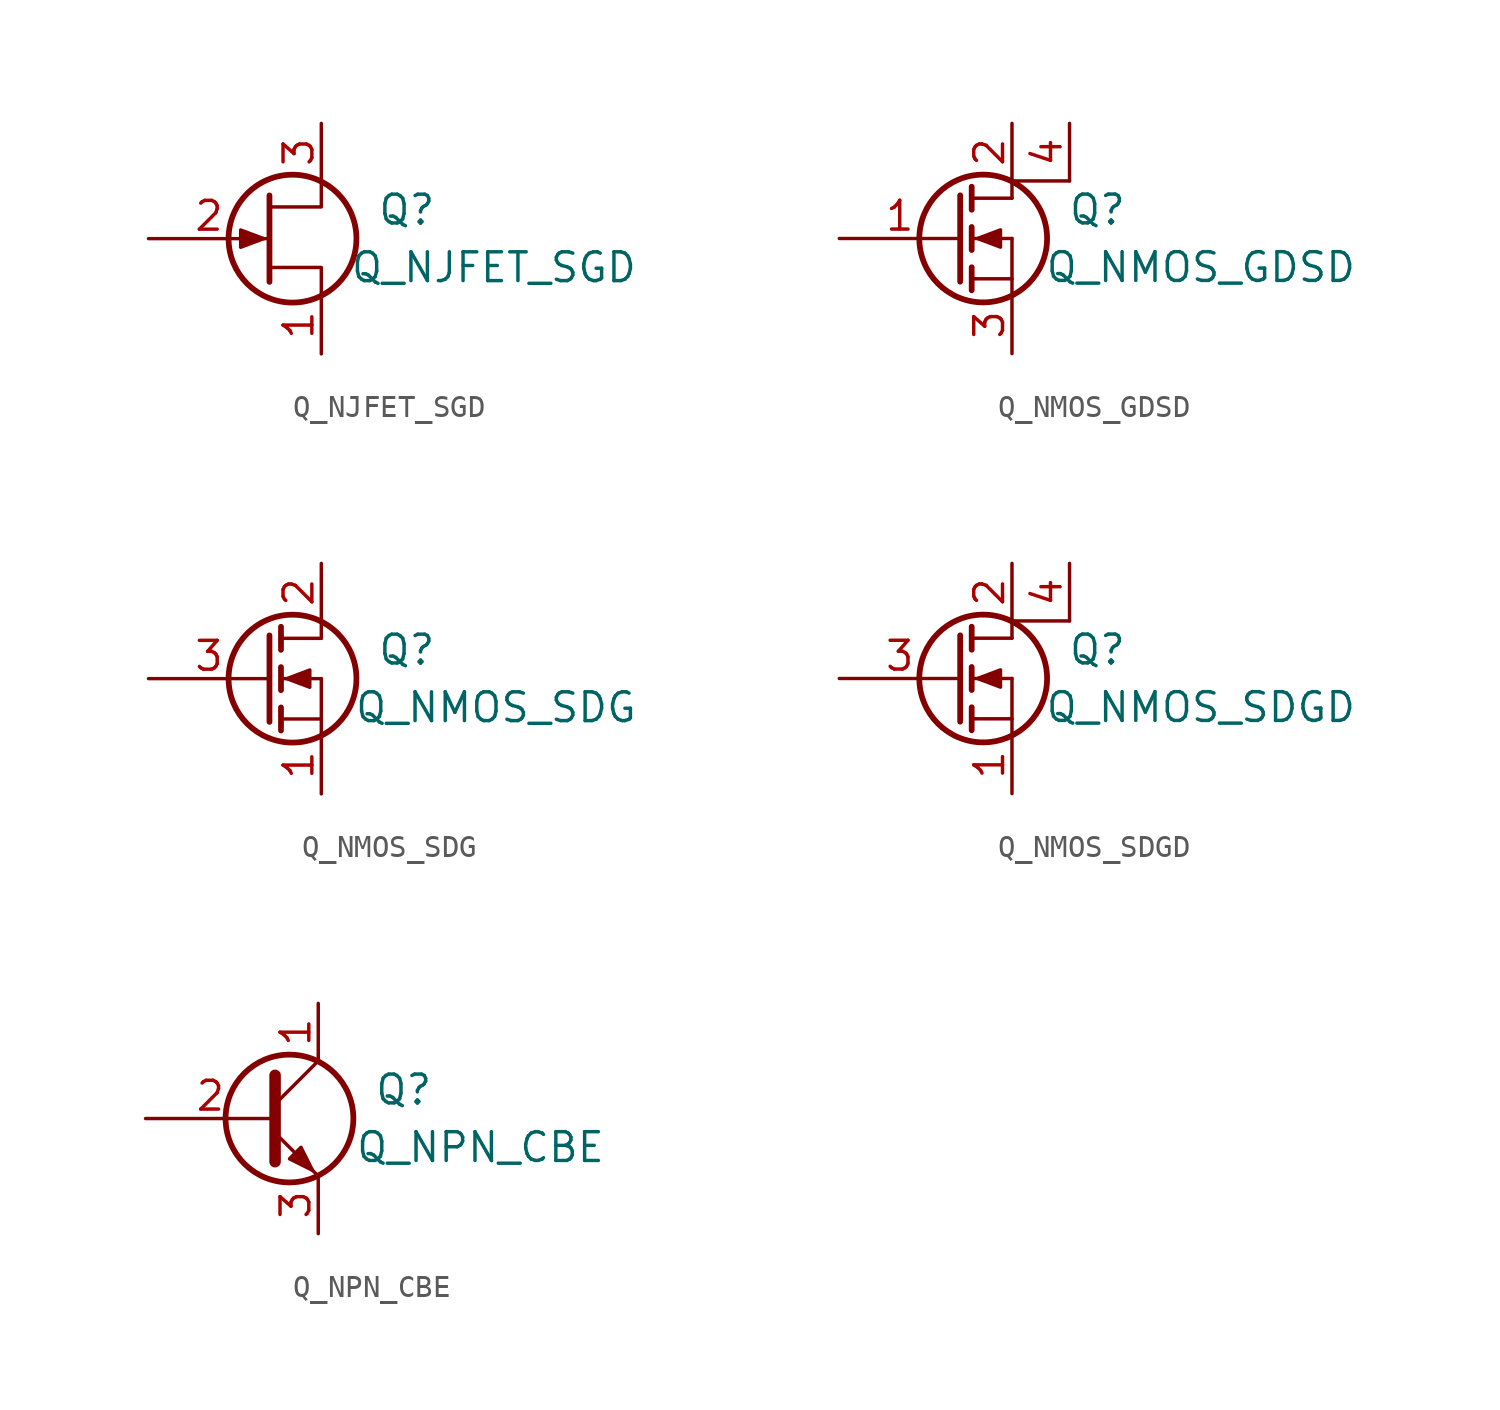
<source format=kicad_sym>
(kicad_symbol_lib
  (version 20211014)
  (generator kicad_symbol_editor)
  (symbol "Q_NJFET_SGD"
    (pin_names
      (offset 0) hide)
    (property "Reference" "Q"
      (at 7.62 1.27 0)
      (effects (font (size 1.27 1.27)) (justify right)))
    (property "Value" "Q_NJFET_SGD"
      (at 16.51 -1.27 0)
      (effects (font (size 1.27 1.27)) (justify right)))
    (property "Footprint" ""
      (at 5.08 2.54 0)
      (effects (font (size 0.737 0.737))))
    (property "Datasheet" ""
      (at 0 0 0)
      (effects (font (size 1.524 1.524))))
    (symbol "Q_NJFET_SGD_0_1"
      (polyline (pts (xy 0.254 1.905) (xy 0.254 -1.905) (xy 0.254 -1.905)) (stroke (width 0.254) (type default) (color 0 0 0 0)) (fill (type none)))
      (polyline (pts (xy 2.54 -2.54) (xy 2.54 -1.27) (xy 0.254 -1.27)) (stroke (width 0) (type default) (color 0 0 0 0)) (fill (type none)))
      (polyline (pts (xy 2.54 2.54) (xy 2.54 1.397) (xy 0.254 1.397)) (stroke (width 0) (type default) (color 0 0 0 0)) (fill (type none)))
      (polyline (pts (xy 0 0) (xy -1.016 0.381) (xy -1.016 -0.381) (xy 0 0)) (stroke (width 0) (type default) (color 0 0 0 0)) (fill (type outline)))
      (circle (center 1.27 0) (radius 2.819) (stroke (width 0.254) (type default) (color 0 0 0 0)) (fill (type none))))
    (symbol "Q_NJFET_SGD_1_1"
      (pin passive line (at 2.54 -5.08 90) (length 2.54) (name "S" (effects (font (size 1.27 1.27)))) (number "1" (effects (font (size 1.27 1.27)))))
      (pin input line (at -5.08 0 0) (length 5.334) (name "G" (effects (font (size 1.27 1.27)))) (number "2" (effects (font (size 1.27 1.27)))))
      (pin passive line (at 2.54 5.08 270) (length 2.54) (name "D" (effects (font (size 1.27 1.27)))) (number "3" (effects (font (size 1.27 1.27)))))))
  (symbol "Q_NMOS_GDSD"
    (pin_names
      (offset 0) hide)
    (property "Reference" "Q"
      (at 7.62 1.27 0)
      (effects (font (size 1.27 1.27)) (justify right)))
    (property "Value" "Q_NMOS_GDSD"
      (at 17.78 -1.27 0)
      (effects (font (size 1.27 1.27)) (justify right)))
    (property "Footprint" ""
      (at 5.08 2.54 0)
      (effects (font (size 0.737 0.737))))
    (property "Datasheet" ""
      (at 0 0 0)
      (effects (font (size 1.524 1.524))))
    (symbol "Q_NMOS_GDSD_0_1"
      (polyline (pts (xy 0.762 -1.778) (xy 2.54 -1.778)) (stroke (width 0) (type default) (color 0 0 0 0)) (fill (type none)))
      (polyline (pts (xy 0.762 -1.27) (xy 0.762 -2.286)) (stroke (width 0.254) (type default) (color 0 0 0 0)) (fill (type none)))
      (polyline (pts (xy 0.762 0) (xy 2.54 0)) (stroke (width 0) (type default) (color 0 0 0 0)) (fill (type none)))
      (polyline (pts (xy 0.762 0.508) (xy 0.762 -0.508)) (stroke (width 0.254) (type default) (color 0 0 0 0)) (fill (type none)))
      (polyline (pts (xy 0.762 1.778) (xy 2.54 1.778)) (stroke (width 0) (type default) (color 0 0 0 0)) (fill (type none)))
      (polyline (pts (xy 0.762 2.286) (xy 0.762 1.27)) (stroke (width 0.254) (type default) (color 0 0 0 0)) (fill (type none)))
      (polyline (pts (xy 2.54 -1.778) (xy 2.54 -2.54)) (stroke (width 0) (type default) (color 0 0 0 0)) (fill (type none)))
      (polyline (pts (xy 2.54 -1.778) (xy 2.54 0)) (stroke (width 0) (type default) (color 0 0 0 0)) (fill (type none)))
      (polyline (pts (xy 2.54 2.54) (xy 2.54 1.778)) (stroke (width 0) (type default) (color 0 0 0 0)) (fill (type none)))
      (polyline (pts (xy 2.54 2.54) (xy 5.08 2.54)) (stroke (width 0) (type default) (color 0 0 0 0)) (fill (type none)))
      (polyline (pts (xy 0.254 1.905) (xy 0.254 -1.905) (xy 0.254 -1.905)) (stroke (width 0.254) (type default) (color 0 0 0 0)) (fill (type none)))
      (polyline (pts (xy 1.016 0) (xy 2.032 0.381) (xy 2.032 -0.381) (xy 1.016 0)) (stroke (width 0) (type default) (color 0 0 0 0)) (fill (type outline)))
      (circle (center 1.27 0) (radius 2.819) (stroke (width 0.254) (type default) (color 0 0 0 0)) (fill (type none))))
    (symbol "Q_NMOS_GDSD_1_1"
      (pin input line (at -5.08 0 0) (length 5.334) (name "G" (effects (font (size 1.27 1.27)))) (number "1" (effects (font (size 1.27 1.27)))))
      (pin passive line (at 2.54 5.08 270) (length 2.54) (name "D" (effects (font (size 1.27 1.27)))) (number "2" (effects (font (size 1.27 1.27)))))
      (pin passive line (at 2.54 -5.08 90) (length 2.54) (name "S" (effects (font (size 1.27 1.27)))) (number "3" (effects (font (size 1.27 1.27)))))
      (pin passive line (at 5.08 5.08 270) (length 2.54) (name "D" (effects (font (size 1.27 1.27)))) (number "4" (effects (font (size 1.27 1.27)))))))
  (symbol "Q_NMOS_SDG"
    (pin_names
      (offset 0) hide)
    (property "Reference" "Q"
      (at 7.62 1.27 0)
      (effects (font (size 1.27 1.27)) (justify right)))
    (property "Value" "Q_NMOS_SDG"
      (at 16.51 -1.27 0)
      (effects (font (size 1.27 1.27)) (justify right)))
    (property "Footprint" ""
      (at 5.08 2.54 0)
      (effects (font (size 0.737 0.737))))
    (property "Datasheet" ""
      (at 0 0 0)
      (effects (font (size 1.524 1.524))))
    (symbol "Q_NMOS_SDG_0_1"
      (polyline (pts (xy 0.762 -1.778) (xy 2.54 -1.778)) (stroke (width 0) (type default) (color 0 0 0 0)) (fill (type none)))
      (polyline (pts (xy 0.762 -1.27) (xy 0.762 -2.286)) (stroke (width 0.254) (type default) (color 0 0 0 0)) (fill (type none)))
      (polyline (pts (xy 0.762 0) (xy 2.54 0)) (stroke (width 0) (type default) (color 0 0 0 0)) (fill (type none)))
      (polyline (pts (xy 0.762 0.508) (xy 0.762 -0.508)) (stroke (width 0.254) (type default) (color 0 0 0 0)) (fill (type none)))
      (polyline (pts (xy 0.762 1.778) (xy 2.54 1.778)) (stroke (width 0) (type default) (color 0 0 0 0)) (fill (type none)))
      (polyline (pts (xy 0.762 2.286) (xy 0.762 1.27)) (stroke (width 0.254) (type default) (color 0 0 0 0)) (fill (type none)))
      (polyline (pts (xy 2.54 -1.778) (xy 2.54 -2.54)) (stroke (width 0) (type default) (color 0 0 0 0)) (fill (type none)))
      (polyline (pts (xy 2.54 -1.778) (xy 2.54 0)) (stroke (width 0) (type default) (color 0 0 0 0)) (fill (type none)))
      (polyline (pts (xy 2.54 2.54) (xy 2.54 1.778)) (stroke (width 0) (type default) (color 0 0 0 0)) (fill (type none)))
      (polyline (pts (xy 0.254 1.905) (xy 0.254 -1.905) (xy 0.254 -1.905)) (stroke (width 0.254) (type default) (color 0 0 0 0)) (fill (type none)))
      (polyline (pts (xy 1.016 0) (xy 2.032 0.381) (xy 2.032 -0.381) (xy 1.016 0)) (stroke (width 0) (type default) (color 0 0 0 0)) (fill (type outline)))
      (circle (center 1.27 0) (radius 2.819) (stroke (width 0.254) (type default) (color 0 0 0 0)) (fill (type none))))
    (symbol "Q_NMOS_SDG_1_1"
      (pin passive line (at 2.54 -5.08 90) (length 2.54) (name "S" (effects (font (size 1.27 1.27)))) (number "1" (effects (font (size 1.27 1.27)))))
      (pin passive line (at 2.54 5.08 270) (length 2.54) (name "D" (effects (font (size 1.27 1.27)))) (number "2" (effects (font (size 1.27 1.27)))))
      (pin input line (at -5.08 0 0) (length 5.334) (name "G" (effects (font (size 1.27 1.27)))) (number "3" (effects (font (size 1.27 1.27)))))))
  (symbol "Q_NMOS_SDGD"
    (pin_names
      (offset 0) hide)
    (property "Reference" "Q"
      (at 7.62 1.27 0)
      (effects (font (size 1.27 1.27)) (justify right)))
    (property "Value" "Q_NMOS_SDGD"
      (at 17.78 -1.27 0)
      (effects (font (size 1.27 1.27)) (justify right)))
    (property "Footprint" ""
      (at 5.08 2.54 0)
      (effects (font (size 0.737 0.737))))
    (property "Datasheet" ""
      (at 0 0 0)
      (effects (font (size 1.524 1.524))))
    (symbol "Q_NMOS_SDGD_0_1"
      (polyline (pts (xy 0.762 -1.778) (xy 2.54 -1.778)) (stroke (width 0) (type default) (color 0 0 0 0)) (fill (type none)))
      (polyline (pts (xy 0.762 -1.27) (xy 0.762 -2.286)) (stroke (width 0.254) (type default) (color 0 0 0 0)) (fill (type none)))
      (polyline (pts (xy 0.762 0) (xy 2.54 0)) (stroke (width 0) (type default) (color 0 0 0 0)) (fill (type none)))
      (polyline (pts (xy 0.762 0.508) (xy 0.762 -0.508)) (stroke (width 0.254) (type default) (color 0 0 0 0)) (fill (type none)))
      (polyline (pts (xy 0.762 1.778) (xy 2.54 1.778)) (stroke (width 0) (type default) (color 0 0 0 0)) (fill (type none)))
      (polyline (pts (xy 0.762 2.286) (xy 0.762 1.27)) (stroke (width 0.254) (type default) (color 0 0 0 0)) (fill (type none)))
      (polyline (pts (xy 2.54 -1.778) (xy 2.54 -2.54)) (stroke (width 0) (type default) (color 0 0 0 0)) (fill (type none)))
      (polyline (pts (xy 2.54 -1.778) (xy 2.54 0)) (stroke (width 0) (type default) (color 0 0 0 0)) (fill (type none)))
      (polyline (pts (xy 2.54 2.54) (xy 2.54 1.778)) (stroke (width 0) (type default) (color 0 0 0 0)) (fill (type none)))
      (polyline (pts (xy 2.54 2.54) (xy 5.08 2.54)) (stroke (width 0) (type default) (color 0 0 0 0)) (fill (type none)))
      (polyline (pts (xy 0.254 1.905) (xy 0.254 -1.905) (xy 0.254 -1.905)) (stroke (width 0.254) (type default) (color 0 0 0 0)) (fill (type none)))
      (polyline (pts (xy 1.016 0) (xy 2.032 0.381) (xy 2.032 -0.381) (xy 1.016 0)) (stroke (width 0) (type default) (color 0 0 0 0)) (fill (type outline)))
      (circle (center 1.27 0) (radius 2.819) (stroke (width 0.254) (type default) (color 0 0 0 0)) (fill (type none))))
    (symbol "Q_NMOS_SDGD_1_1"
      (pin passive line (at 2.54 -5.08 90) (length 2.54) (name "S" (effects (font (size 1.27 1.27)))) (number "1" (effects (font (size 1.27 1.27)))))
      (pin passive line (at 2.54 5.08 270) (length 2.54) (name "D" (effects (font (size 1.27 1.27)))) (number "2" (effects (font (size 1.27 1.27)))))
      (pin input line (at -5.08 0 0) (length 5.334) (name "G" (effects (font (size 1.27 1.27)))) (number "3" (effects (font (size 1.27 1.27)))))
      (pin passive line (at 5.08 5.08 270) (length 2.54) (name "D" (effects (font (size 1.27 1.27)))) (number "4" (effects (font (size 1.27 1.27)))))))
  (symbol "Q_NPN_CBE"
    (pin_names
      (offset 0) hide)
    (property "Reference" "Q"
      (at 7.62 1.27 0)
      (effects (font (size 1.27 1.27)) (justify right)))
    (property "Value" "Q_NPN_CBE"
      (at 15.24 -1.27 0)
      (effects (font (size 1.27 1.27)) (justify right)))
    (property "Footprint" ""
      (at 5.08 2.54 0)
      (effects (font (size 0.737 0.737))))
    (property "Datasheet" ""
      (at 0 0 0)
      (effects (font (size 1.524 1.524))))
    (symbol "Q_NPN_CBE_0_1"
      (polyline (pts (xy 0.635 0.635) (xy 2.54 2.54)) (stroke (width 0) (type default) (color 0 0 0 0)) (fill (type none)))
      (polyline (pts (xy 0.635 -0.635) (xy 2.54 -2.54) (xy 2.54 -2.54)) (stroke (width 0) (type default) (color 0 0 0 0)) (fill (type none)))
      (polyline (pts (xy 0.635 1.905) (xy 0.635 -1.905) (xy 0.635 -1.905)) (stroke (width 0.508) (type default) (color 0 0 0 0)) (fill (type none)))
      (polyline (pts (xy 1.27 -1.778) (xy 1.778 -1.27) (xy 2.286 -2.286) (xy 1.27 -1.778) (xy 1.27 -1.778)) (stroke (width 0) (type default) (color 0 0 0 0)) (fill (type outline)))
      (circle (center 1.27 0) (radius 2.819) (stroke (width 0.254) (type default) (color 0 0 0 0)) (fill (type none))))
    (symbol "Q_NPN_CBE_1_1"
      (pin passive line (at 2.54 5.08 270) (length 2.54) (name "C" (effects (font (size 1.27 1.27)))) (number "1" (effects (font (size 1.27 1.27)))))
      (pin input line (at -5.08 0 0) (length 5.715) (name "B" (effects (font (size 1.27 1.27)))) (number "2" (effects (font (size 1.27 1.27)))))
      (pin passive line (at 2.54 -5.08 90) (length 2.54) (name "E" (effects (font (size 1.27 1.27)))) (number "3" (effects (font (size 1.27 1.27))))))))
</source>
